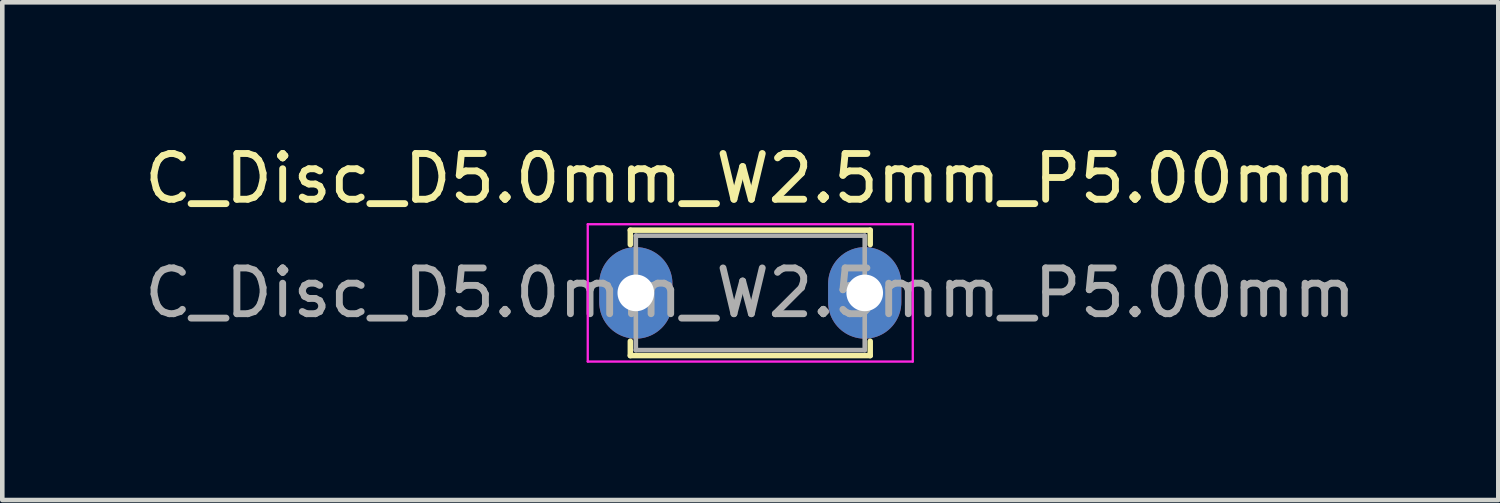
<source format=kicad_pcb>
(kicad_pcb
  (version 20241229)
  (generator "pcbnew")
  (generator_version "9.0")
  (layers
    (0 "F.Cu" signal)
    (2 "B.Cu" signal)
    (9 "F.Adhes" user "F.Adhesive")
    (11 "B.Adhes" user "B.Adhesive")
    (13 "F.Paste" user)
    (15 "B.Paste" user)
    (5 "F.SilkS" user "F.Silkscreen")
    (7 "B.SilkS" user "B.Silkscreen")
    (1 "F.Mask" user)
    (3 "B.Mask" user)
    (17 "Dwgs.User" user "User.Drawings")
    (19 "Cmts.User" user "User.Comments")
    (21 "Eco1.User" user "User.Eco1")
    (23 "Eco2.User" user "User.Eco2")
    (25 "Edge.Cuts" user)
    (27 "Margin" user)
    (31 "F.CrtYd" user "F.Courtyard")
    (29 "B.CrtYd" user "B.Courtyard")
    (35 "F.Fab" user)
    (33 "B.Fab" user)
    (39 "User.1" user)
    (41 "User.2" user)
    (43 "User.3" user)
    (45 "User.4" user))
  (footprint "C_Disc_D5.0mm_W2.5mm_P5.00mm"
    (layer "F.Cu")
    (at 10.839 3.348)
    (property "Reference" "C_Disc_D5.0mm_W2.5mm_P5.00mm" (at 2.5 -2.5 0) (layer "F.SilkS") (effects (font (size 1 1) (thickness 0.15))))
    (attr through_hole)
    (fp_line (start -0.12 -1.37) (end -0.12 -1.055) (stroke (width 0.12) (type solid)) (layer "F.SilkS"))
    (fp_line (start -0.12 -1.37) (end 5.12 -1.37) (stroke (width 0.12) (type solid)) (layer "F.SilkS"))
    (fp_line (start -0.12 1.055) (end -0.12 1.37) (stroke (width 0.12) (type solid)) (layer "F.SilkS"))
    (fp_line (start -0.12 1.37) (end 5.12 1.37) (stroke (width 0.12) (type solid)) (layer "F.SilkS"))
    (fp_line (start 5.12 -1.37) (end 5.12 -1.055) (stroke (width 0.12) (type solid)) (layer "F.SilkS"))
    (fp_line (start 5.12 1.055) (end 5.12 1.37) (stroke (width 0.12) (type solid)) (layer "F.SilkS"))
    (fp_line (start -1.05 -1.5) (end -1.05 1.5) (stroke (width 0.05) (type solid)) (layer "F.CrtYd"))
    (fp_line (start -1.05 1.5) (end 6.05 1.5) (stroke (width 0.05) (type solid)) (layer "F.CrtYd"))
    (fp_line (start 6.05 -1.5) (end -1.05 -1.5) (stroke (width 0.05) (type solid)) (layer "F.CrtYd"))
    (fp_line (start 6.05 1.5) (end 6.05 -1.5) (stroke (width 0.05) (type solid)) (layer "F.CrtYd"))
    (fp_line (start 0 -1.25) (end 0 1.25) (stroke (width 0.1) (type solid)) (layer "F.Fab"))
    (fp_line (start 0 1.25) (end 5 1.25) (stroke (width 0.1) (type solid)) (layer "F.Fab"))
    (fp_line (start 5 -1.25) (end 0 -1.25) (stroke (width 0.1) (type solid)) (layer "F.Fab"))
    (fp_line (start 5 1.25) (end 5 -1.25) (stroke (width 0.1) (type solid)) (layer "F.Fab"))
    (fp_text user "${REFERENCE}" (at 2.5 0 0) (layer "F.Fab") (effects (font (size 1 1) (thickness 0.15))))
    (pad "1" thru_hole oval (at 0 0) (size 1.6 2) (drill 0.8) (layers "*.Cu" "*.Mask"))
    (pad "2" thru_hole oval (at 5 0) (size 1.6 2) (drill 0.8) (layers "*.Cu" "*.Mask")))
  (gr_rect
    (start -3 -3)
    (end 29.679 7.873)
    (stroke (width 0.1) (type default))
    (fill no)
    (layer "Edge.Cuts")))
</source>
